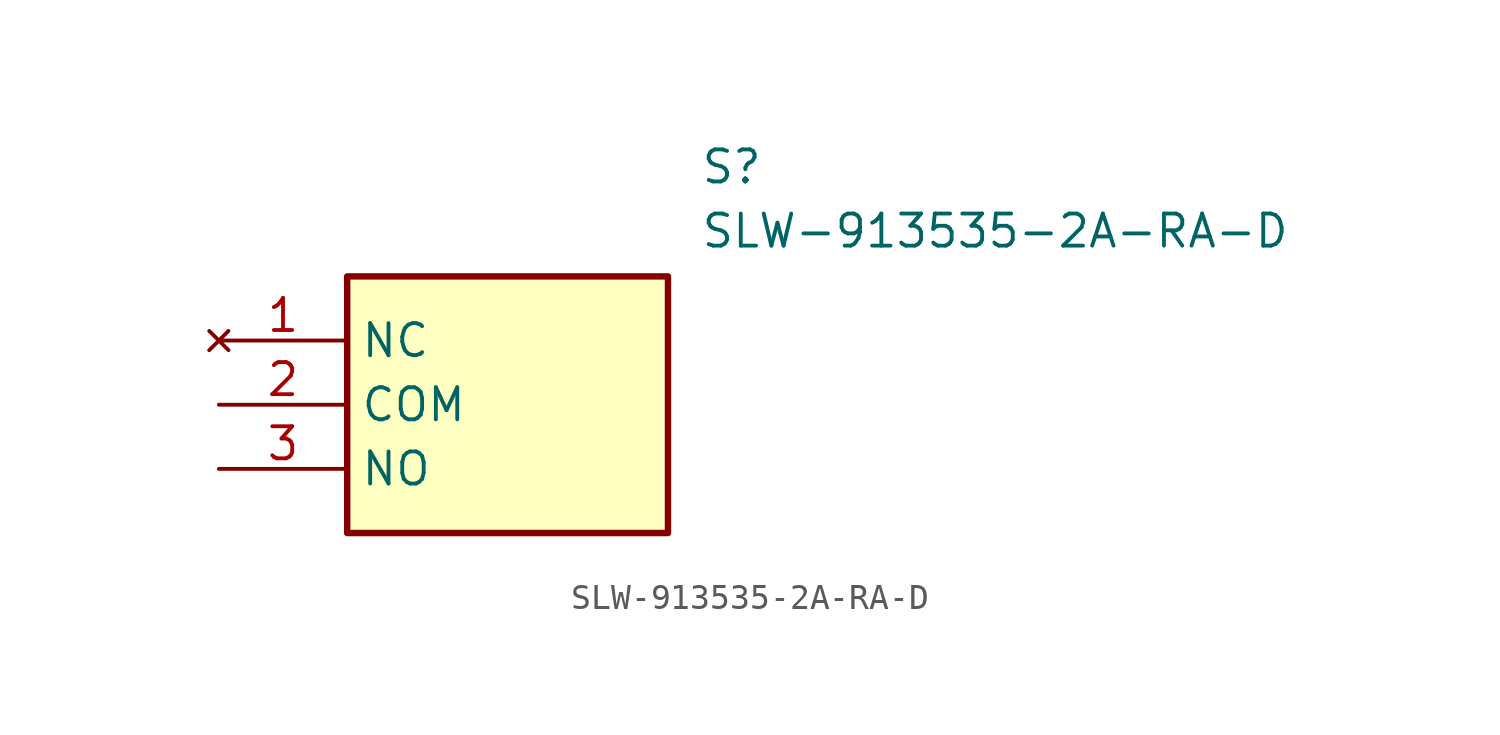
<source format=kicad_sym>
(kicad_symbol_lib
  (version 20211014)
  (generator SamacSys_ECAD_Model)
  (symbol "SLW-913535-2A-RA-D"
    (property "Reference" "S"
      (at 19.05 7.62 0)
      (effects (font (size 1.27 1.27)) (justify left top)))
    (property "Value" "SLW-913535-2A-RA-D"
      (at 19.05 5.08 0)
      (effects (font (size 1.27 1.27)) (justify left top)))
    (rectangle
      (start 5.08 2.54)
      (end 17.78 -7.62)
      (stroke (width 0.254) (type default))
      (fill (type background)))
    (pin no_connect line
      (at 0 0 0)
      (length 5.08)
      (name "NC" (effects (font (size 1.27 1.27))))
      (number "1" (effects (font (size 1.27 1.27)))))
    (pin passive line
      (at 0 -2.54 0)
      (length 5.08)
      (name "COM" (effects (font (size 1.27 1.27))))
      (number "2" (effects (font (size 1.27 1.27)))))
    (pin passive line
      (at 0 -5.08 0)
      (length 5.08)
      (name "NO" (effects (font (size 1.27 1.27))))
      (number "3" (effects (font (size 1.27 1.27)))))))
</source>
